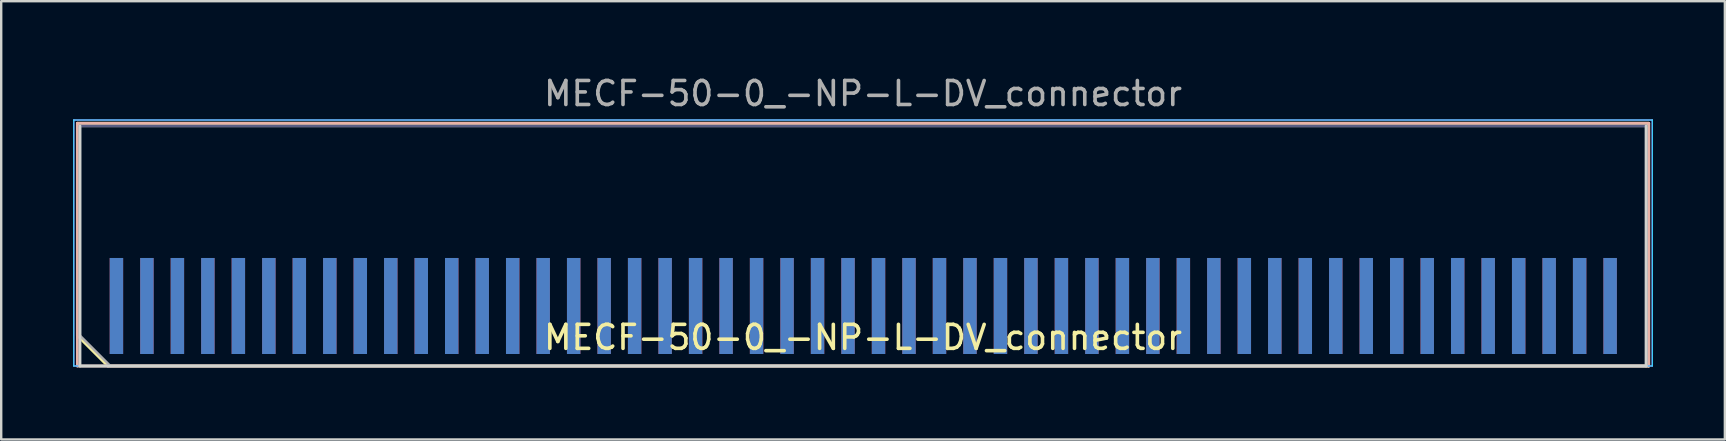
<source format=kicad_pcb>
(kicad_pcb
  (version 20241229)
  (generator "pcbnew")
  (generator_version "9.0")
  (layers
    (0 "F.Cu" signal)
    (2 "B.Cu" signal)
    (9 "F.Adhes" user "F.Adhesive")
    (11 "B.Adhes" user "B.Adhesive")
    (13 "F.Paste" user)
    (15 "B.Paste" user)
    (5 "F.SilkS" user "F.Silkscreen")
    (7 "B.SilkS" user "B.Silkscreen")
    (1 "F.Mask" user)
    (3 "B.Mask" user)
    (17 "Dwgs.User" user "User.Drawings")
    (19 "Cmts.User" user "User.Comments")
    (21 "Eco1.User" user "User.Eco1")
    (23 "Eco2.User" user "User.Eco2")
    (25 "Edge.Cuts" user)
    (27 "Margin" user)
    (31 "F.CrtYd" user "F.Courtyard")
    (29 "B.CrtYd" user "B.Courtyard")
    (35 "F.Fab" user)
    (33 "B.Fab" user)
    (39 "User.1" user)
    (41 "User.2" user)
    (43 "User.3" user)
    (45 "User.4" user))
  (footprint "MECF-50-0_-NP-L-DV_connector"
    (layer "F.Cu")
    (at 32.905 7.198)
    (property "Reference" "MECF-50-0_-NP-L-DV_connector" (at 0 3.81 0) (layer "F.SilkS") (effects (font (size 1 1) (thickness 0.15))))
    (attr smd)
    (fp_line (start -32.73 -5.11) (end 32.73 -5.11) (stroke (width 0.12) (type solid)) (layer "F.SilkS"))
    (fp_line (start -32.73 3.73) (end -32.73 -5.11) (stroke (width 0.12) (type solid)) (layer "F.SilkS"))
    (fp_line (start -31.46 5) (end -32.73 3.73) (stroke (width 0.12) (type solid)) (layer "F.SilkS"))
    (fp_line (start -31.46 5) (end 32.73 5) (stroke (width 0.12) (type solid)) (layer "F.SilkS"))
    (fp_line (start 32.73 5) (end 32.73 -5.11) (stroke (width 0.12) (type solid)) (layer "F.SilkS"))
    (fp_line (start -32.73 -5.11) (end 32.73 -5.11) (stroke (width 0.12) (type solid)) (layer "B.SilkS"))
    (fp_line (start -32.73 5) (end -32.73 -5.11) (stroke (width 0.12) (type solid)) (layer "B.SilkS"))
    (fp_line (start -32.73 5) (end 32.73 5) (stroke (width 0.12) (type solid)) (layer "B.SilkS"))
    (fp_line (start 32.73 5) (end 32.73 -5.11) (stroke (width 0.12) (type solid)) (layer "B.SilkS"))
    (fp_line (start -32.625 5) (end -32.625 -5) (stroke (width 0.12) (type solid)) (layer "Edge.Cuts"))
    (fp_line (start -32.625 5) (end 32.625 5) (stroke (width 0.12) (type solid)) (layer "Edge.Cuts"))
    (fp_line (start 32.625 5) (end 32.625 -5) (stroke (width 0.12) (type solid)) (layer "Edge.Cuts"))
    (fp_line (start -32.88 -5.25) (end -32.88 5) (stroke (width 0.05) (type solid)) (layer "B.CrtYd"))
    (fp_line (start -32.88 5) (end 32.88 5) (stroke (width 0.05) (type solid)) (layer "B.CrtYd"))
    (fp_line (start 32.88 -5.25) (end -32.88 -5.25) (stroke (width 0.05) (type solid)) (layer "B.CrtYd"))
    (fp_line (start 32.88 5) (end 32.88 -5.25) (stroke (width 0.05) (type solid)) (layer "B.CrtYd"))
    (fp_line (start -32.88 -5.25) (end -32.88 5) (stroke (width 0.05) (type solid)) (layer "F.CrtYd"))
    (fp_line (start -32.88 5) (end 32.88 5) (stroke (width 0.05) (type solid)) (layer "F.CrtYd"))
    (fp_line (start 32.88 -5.25) (end -32.88 -5.25) (stroke (width 0.05) (type solid)) (layer "F.CrtYd"))
    (fp_line (start 32.88 5) (end 32.88 -5.25) (stroke (width 0.05) (type solid)) (layer "F.CrtYd"))
    (fp_line (start -32.625 -5) (end 32.625 -5) (stroke (width 0.1) (type solid)) (layer "B.Fab"))
    (fp_line (start -32.625 5) (end -32.625 -5) (stroke (width 0.1) (type solid)) (layer "B.Fab"))
    (fp_line (start -32.625 5) (end 32.625 5) (stroke (width 0.1) (type solid)) (layer "B.Fab"))
    (fp_line (start 32.625 5) (end 32.625 -5) (stroke (width 0.1) (type solid)) (layer "B.Fab"))
    (fp_line (start -32.625 -5) (end 32.625 -5) (stroke (width 0.1) (type solid)) (layer "F.Fab"))
    (fp_line (start -32.625 3.73) (end -32.625 -5) (stroke (width 0.1) (type solid)) (layer "F.Fab"))
    (fp_line (start -32.625 3.73) (end -31.355 5) (stroke (width 0.1) (type solid)) (layer "F.Fab"))
    (fp_line (start -31.355 5) (end 32.625 5) (stroke (width 0.1) (type solid)) (layer "F.Fab"))
    (fp_line (start 32.625 5) (end 32.625 -5) (stroke (width 0.1) (type solid)) (layer "F.Fab"))
    (fp_text user "${REFERENCE}" (at 0 -6.35 0) (layer "F.Fab") (effects (font (size 1 1) (thickness 0.15))))
    (pad "1" smd rect (at -31.105 2.5) (size 0.56 4) (layers "F.Cu" "F.Mask" "F.Paste"))
    (pad "2" smd rect (at -31.105 2.5) (size 0.56 4) (layers "B.Cu" "B.Mask" "B.Paste"))
    (pad "3" smd rect (at -29.835 2.5) (size 0.56 4) (layers "F.Cu" "F.Mask" "F.Paste"))
    (pad "4" smd rect (at -29.835 2.5) (size 0.56 4) (layers "B.Cu" "B.Mask" "B.Paste"))
    (pad "5" smd rect (at -28.565 2.5) (size 0.56 4) (layers "F.Cu" "F.Mask" "F.Paste"))
    (pad "6" smd rect (at -28.565 2.5) (size 0.56 4) (layers "B.Cu" "B.Mask" "B.Paste"))
    (pad "7" smd rect (at -27.295 2.5) (size 0.56 4) (layers "F.Cu" "F.Mask" "F.Paste"))
    (pad "8" smd rect (at -27.295 2.5) (size 0.56 4) (layers "B.Cu" "B.Mask" "B.Paste"))
    (pad "9" smd rect (at -26.025 2.5) (size 0.56 4) (layers "F.Cu" "F.Mask" "F.Paste"))
    (pad "10" smd rect (at -26.025 2.5) (size 0.56 4) (layers "B.Cu" "B.Mask" "B.Paste"))
    (pad "11" smd rect (at -24.755 2.5) (size 0.56 4) (layers "F.Cu" "F.Mask" "F.Paste"))
    (pad "12" smd rect (at -24.755 2.5) (size 0.56 4) (layers "B.Cu" "B.Mask" "B.Paste"))
    (pad "13" smd rect (at -23.485 2.5) (size 0.56 4) (layers "F.Cu" "F.Mask" "F.Paste"))
    (pad "14" smd rect (at -23.485 2.5) (size 0.56 4) (layers "B.Cu" "B.Mask" "B.Paste"))
    (pad "15" smd rect (at -22.215 2.5) (size 0.56 4) (layers "F.Cu" "F.Mask" "F.Paste"))
    (pad "16" smd rect (at -22.215 2.5) (size 0.56 4) (layers "B.Cu" "B.Mask" "B.Paste"))
    (pad "17" smd rect (at -20.945 2.5) (size 0.56 4) (layers "F.Cu" "F.Mask" "F.Paste"))
    (pad "18" smd rect (at -20.945 2.5) (size 0.56 4) (layers "B.Cu" "B.Mask" "B.Paste"))
    (pad "19" smd rect (at -19.675 2.5) (size 0.56 4) (layers "F.Cu" "F.Mask" "F.Paste"))
    (pad "20" smd rect (at -19.675 2.5) (size 0.56 4) (layers "B.Cu" "B.Mask" "B.Paste"))
    (pad "21" smd rect (at -18.405 2.5) (size 0.56 4) (layers "F.Cu" "F.Mask" "F.Paste"))
    (pad "22" smd rect (at -18.405 2.5) (size 0.56 4) (layers "B.Cu" "B.Mask" "B.Paste"))
    (pad "23" smd rect (at -17.135 2.5) (size 0.56 4) (layers "F.Cu" "F.Mask" "F.Paste"))
    (pad "24" smd rect (at -17.135 2.5) (size 0.56 4) (layers "B.Cu" "B.Mask" "B.Paste"))
    (pad "25" smd rect (at -15.865 2.5) (size 0.56 4) (layers "F.Cu" "F.Mask" "F.Paste"))
    (pad "26" smd rect (at -15.865 2.5) (size 0.56 4) (layers "B.Cu" "B.Mask" "B.Paste"))
    (pad "27" smd rect (at -14.595 2.5) (size 0.56 4) (layers "F.Cu" "F.Mask" "F.Paste"))
    (pad "28" smd rect (at -14.595 2.5) (size 0.56 4) (layers "B.Cu" "B.Mask" "B.Paste"))
    (pad "29" smd rect (at -13.325 2.5) (size 0.56 4) (layers "F.Cu" "F.Mask" "F.Paste"))
    (pad "30" smd rect (at -13.325 2.5) (size 0.56 4) (layers "B.Cu" "B.Mask" "B.Paste"))
    (pad "31" smd rect (at -12.055 2.5) (size 0.56 4) (layers "F.Cu" "F.Mask" "F.Paste"))
    (pad "32" smd rect (at -12.055 2.5) (size 0.56 4) (layers "B.Cu" "B.Mask" "B.Paste"))
    (pad "33" smd rect (at -10.785 2.5) (size 0.56 4) (layers "F.Cu" "F.Mask" "F.Paste"))
    (pad "34" smd rect (at -10.785 2.5) (size 0.56 4) (layers "B.Cu" "B.Mask" "B.Paste"))
    (pad "35" smd rect (at -9.515 2.5) (size 0.56 4) (layers "F.Cu" "F.Mask" "F.Paste"))
    (pad "36" smd rect (at -9.515 2.5) (size 0.56 4) (layers "B.Cu" "B.Mask" "B.Paste"))
    (pad "37" smd rect (at -8.245 2.5) (size 0.56 4) (layers "F.Cu" "F.Mask" "F.Paste"))
    (pad "38" smd rect (at -8.245 2.5) (size 0.56 4) (layers "B.Cu" "B.Mask" "B.Paste"))
    (pad "39" smd rect (at -6.975 2.5) (size 0.56 4) (layers "F.Cu" "F.Mask" "F.Paste"))
    (pad "40" smd rect (at -6.975 2.5) (size 0.56 4) (layers "B.Cu" "B.Mask" "B.Paste"))
    (pad "41" smd rect (at -5.705 2.5) (size 0.56 4) (layers "F.Cu" "F.Mask" "F.Paste"))
    (pad "42" smd rect (at -5.705 2.5) (size 0.56 4) (layers "B.Cu" "B.Mask" "B.Paste"))
    (pad "43" smd rect (at -4.435 2.5) (size 0.56 4) (layers "F.Cu" "F.Mask" "F.Paste"))
    (pad "44" smd rect (at -4.435 2.5) (size 0.56 4) (layers "B.Cu" "B.Mask" "B.Paste"))
    (pad "45" smd rect (at -3.165 2.5) (size 0.56 4) (layers "F.Cu" "F.Mask" "F.Paste"))
    (pad "46" smd rect (at -3.165 2.5) (size 0.56 4) (layers "B.Cu" "B.Mask" "B.Paste"))
    (pad "47" smd rect (at -1.895 2.5) (size 0.56 4) (layers "F.Cu" "F.Mask" "F.Paste"))
    (pad "48" smd rect (at -1.895 2.5) (size 0.56 4) (layers "B.Cu" "B.Mask" "B.Paste"))
    (pad "49" smd rect (at -0.625 2.5) (size 0.56 4) (layers "F.Cu" "F.Mask" "F.Paste"))
    (pad "50" smd rect (at -0.625 2.5) (size 0.56 4) (layers "B.Cu" "B.Mask" "B.Paste"))
    (pad "51" smd rect (at 0.645 2.5) (size 0.56 4) (layers "F.Cu" "F.Mask" "F.Paste"))
    (pad "52" smd rect (at 0.645 2.5) (size 0.56 4) (layers "B.Cu" "B.Mask" "B.Paste"))
    (pad "53" smd rect (at 1.915 2.5) (size 0.56 4) (layers "F.Cu" "F.Mask" "F.Paste"))
    (pad "54" smd rect (at 1.915 2.5) (size 0.56 4) (layers "B.Cu" "B.Mask" "B.Paste"))
    (pad "55" smd rect (at 3.185 2.5) (size 0.56 4) (layers "F.Cu" "F.Mask" "F.Paste"))
    (pad "56" smd rect (at 3.185 2.5) (size 0.56 4) (layers "B.Cu" "B.Mask" "B.Paste"))
    (pad "57" smd rect (at 4.455 2.5) (size 0.56 4) (layers "F.Cu" "F.Mask" "F.Paste"))
    (pad "58" smd rect (at 4.455 2.5) (size 0.56 4) (layers "B.Cu" "B.Mask" "B.Paste"))
    (pad "59" smd rect (at 5.725 2.5) (size 0.56 4) (layers "F.Cu" "F.Mask" "F.Paste"))
    (pad "60" smd rect (at 5.725 2.5) (size 0.56 4) (layers "B.Cu" "B.Mask" "B.Paste"))
    (pad "61" smd rect (at 6.995 2.5) (size 0.56 4) (layers "F.Cu" "F.Mask" "F.Paste"))
    (pad "62" smd rect (at 6.995 2.5) (size 0.56 4) (layers "B.Cu" "B.Mask" "B.Paste"))
    (pad "63" smd rect (at 8.265 2.5) (size 0.56 4) (layers "F.Cu" "F.Mask" "F.Paste"))
    (pad "64" smd rect (at 8.265 2.5) (size 0.56 4) (layers "B.Cu" "B.Mask" "B.Paste"))
    (pad "65" smd rect (at 9.535 2.5) (size 0.56 4) (layers "F.Cu" "F.Mask" "F.Paste"))
    (pad "66" smd rect (at 9.535 2.5) (size 0.56 4) (layers "B.Cu" "B.Mask" "B.Paste"))
    (pad "67" smd rect (at 10.805 2.5) (size 0.56 4) (layers "F.Cu" "F.Mask" "F.Paste"))
    (pad "68" smd rect (at 10.805 2.5) (size 0.56 4) (layers "B.Cu" "B.Mask" "B.Paste"))
    (pad "69" smd rect (at 12.075 2.5) (size 0.56 4) (layers "F.Cu" "F.Mask" "F.Paste"))
    (pad "70" smd rect (at 12.075 2.5) (size 0.56 4) (layers "B.Cu" "B.Mask" "B.Paste"))
    (pad "71" smd rect (at 13.345 2.5) (size 0.56 4) (layers "F.Cu" "F.Mask" "F.Paste"))
    (pad "72" smd rect (at 13.345 2.5) (size 0.56 4) (layers "B.Cu" "B.Mask" "B.Paste"))
    (pad "73" smd rect (at 14.615 2.5) (size 0.56 4) (layers "F.Cu" "F.Mask" "F.Paste"))
    (pad "74" smd rect (at 14.615 2.5) (size 0.56 4) (layers "B.Cu" "B.Mask" "B.Paste"))
    (pad "75" smd rect (at 15.885 2.5) (size 0.56 4) (layers "F.Cu" "F.Mask" "F.Paste"))
    (pad "76" smd rect (at 15.885 2.5) (size 0.56 4) (layers "B.Cu" "B.Mask" "B.Paste"))
    (pad "77" smd rect (at 17.155 2.5) (size 0.56 4) (layers "F.Cu" "F.Mask" "F.Paste"))
    (pad "78" smd rect (at 17.155 2.5) (size 0.56 4) (layers "B.Cu" "B.Mask" "B.Paste"))
    (pad "79" smd rect (at 18.425 2.5) (size 0.56 4) (layers "F.Cu" "F.Mask" "F.Paste"))
    (pad "80" smd rect (at 18.425 2.5) (size 0.56 4) (layers "B.Cu" "B.Mask" "B.Paste"))
    (pad "81" smd rect (at 19.695 2.5) (size 0.56 4) (layers "F.Cu" "F.Mask" "F.Paste"))
    (pad "82" smd rect (at 19.695 2.5) (size 0.56 4) (layers "B.Cu" "B.Mask" "B.Paste"))
    (pad "83" smd rect (at 20.965 2.5) (size 0.56 4) (layers "F.Cu" "F.Mask" "F.Paste"))
    (pad "84" smd rect (at 20.965 2.5) (size 0.56 4) (layers "B.Cu" "B.Mask" "B.Paste"))
    (pad "85" smd rect (at 22.235 2.5) (size 0.56 4) (layers "F.Cu" "F.Mask" "F.Paste"))
    (pad "86" smd rect (at 22.235 2.5) (size 0.56 4) (layers "B.Cu" "B.Mask" "B.Paste"))
    (pad "87" smd rect (at 23.505 2.5) (size 0.56 4) (layers "F.Cu" "F.Mask" "F.Paste"))
    (pad "88" smd rect (at 23.505 2.5) (size 0.56 4) (layers "B.Cu" "B.Mask" "B.Paste"))
    (pad "89" smd rect (at 24.775 2.5) (size 0.56 4) (layers "F.Cu" "F.Mask" "F.Paste"))
    (pad "90" smd rect (at 24.775 2.5) (size 0.56 4) (layers "B.Cu" "B.Mask" "B.Paste"))
    (pad "91" smd rect (at 26.045 2.5) (size 0.56 4) (layers "F.Cu" "F.Mask" "F.Paste"))
    (pad "92" smd rect (at 26.045 2.5) (size 0.56 4) (layers "B.Cu" "B.Mask" "B.Paste"))
    (pad "93" smd rect (at 27.315 2.5) (size 0.56 4) (layers "F.Cu" "F.Mask" "F.Paste"))
    (pad "94" smd rect (at 27.315 2.5) (size 0.56 4) (layers "B.Cu" "B.Mask" "B.Paste"))
    (pad "95" smd rect (at 28.585 2.5) (size 0.56 4) (layers "F.Cu" "F.Mask" "F.Paste"))
    (pad "96" smd rect (at 28.585 2.5) (size 0.56 4) (layers "B.Cu" "B.Mask" "B.Paste"))
    (pad "97" smd rect (at 29.855 2.5) (size 0.56 4) (layers "F.Cu" "F.Mask" "F.Paste"))
    (pad "98" smd rect (at 29.855 2.5) (size 0.56 4) (layers "B.Cu" "B.Mask" "B.Paste"))
    (pad "99" smd rect (at 31.125 2.5) (size 0.56 4) (layers "F.Cu" "F.Mask" "F.Paste"))
    (pad "100" smd rect (at 31.125 2.5) (size 0.56 4) (layers "B.Cu" "B.Mask" "B.Paste")))
  (gr_rect
    (start -3 -3)
    (end 68.81 15.258)
    (stroke (width 0.1) (type default))
    (fill no)
    (layer "Edge.Cuts")))
</source>
